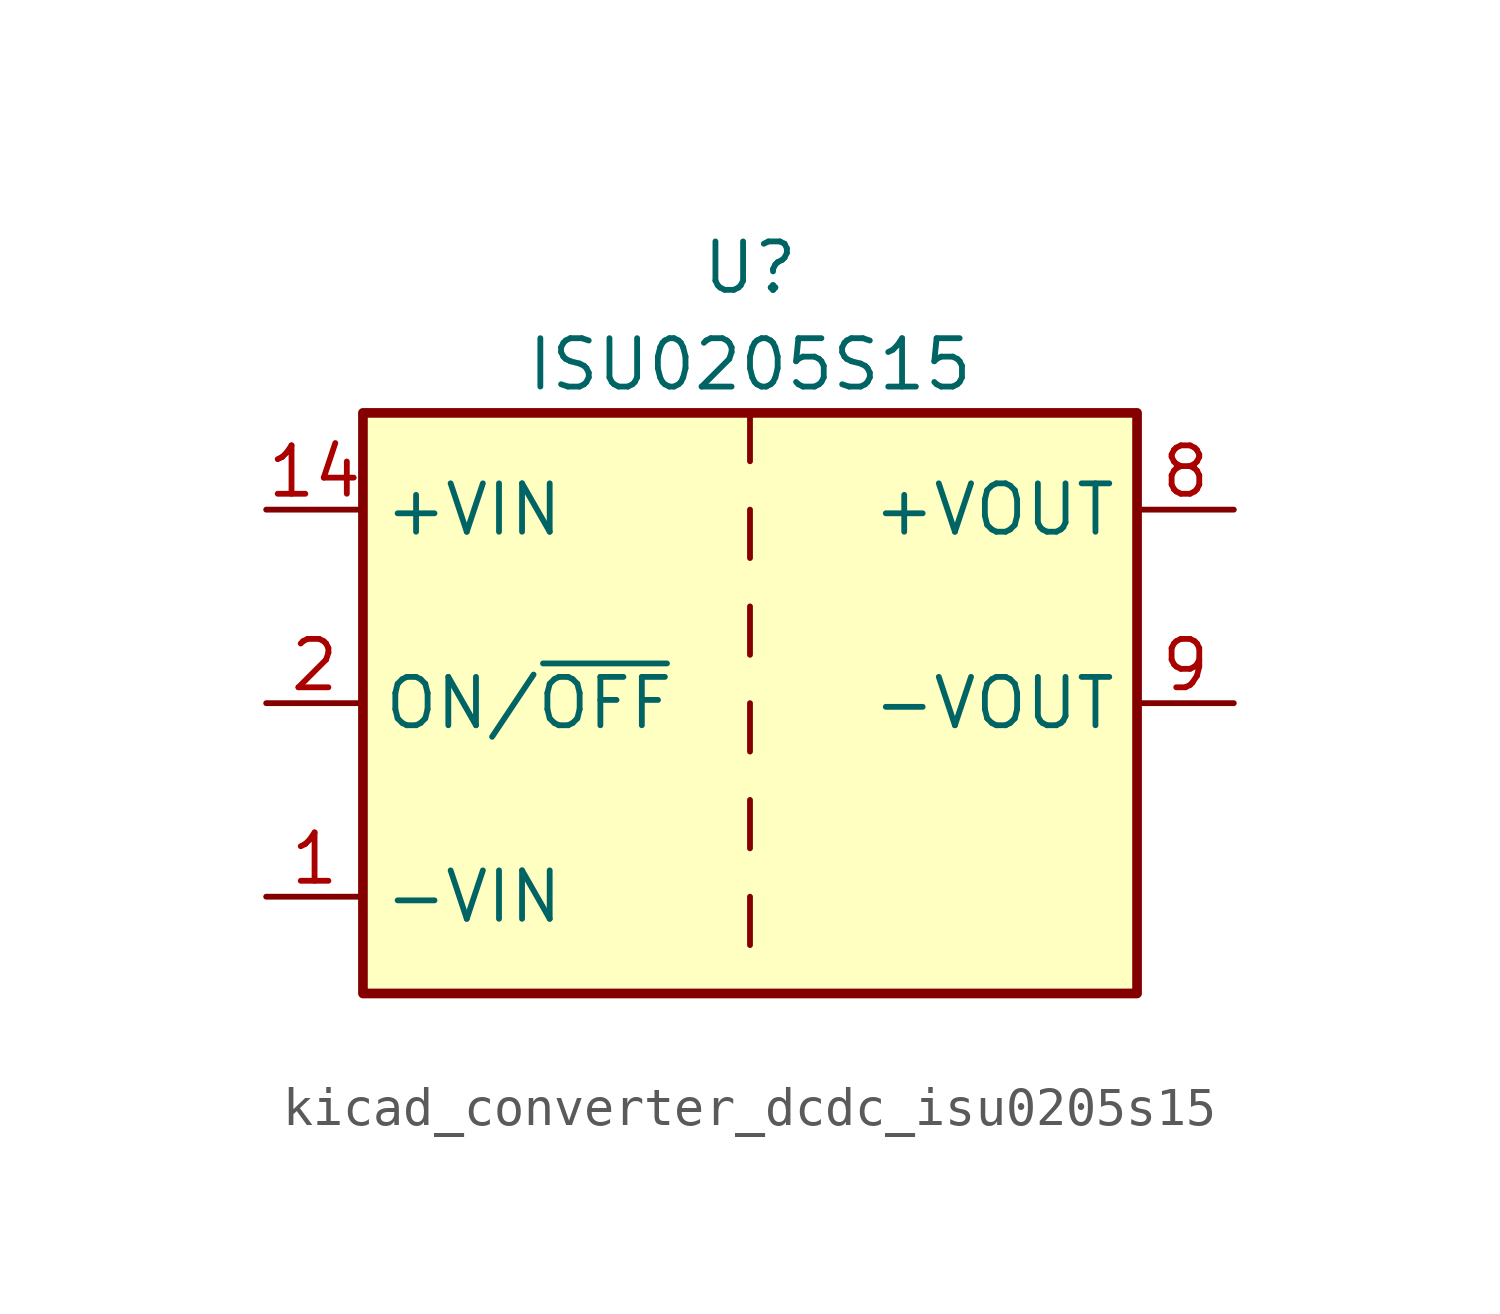
<source format=kicad_sym>
(kicad_symbol_lib
  (version 20220914)
  (generator kicad_symbol_editor)
  (symbol "kicad_converter_dcdc_isu0205s15"
    (property "Reference" "U"
      (at 0 11.43 0)
      (effects (font (size 1.27 1.27))))
    (property "Value" "ISU0205S15"
      (at 0 8.89 0)
      (effects (font (size 1.27 1.27))))
    (symbol "kicad_converter_dcdc_isu0205s15_0_1"
      (rectangle (start -10.16 7.62) (end 10.16 -7.62) (stroke (width 0.254) (type default)) (fill (type background)))
      (polyline (pts (xy 0 -5.08) (xy 0 -6.35)) (stroke (width 0) (type default)) (fill (type none)))
      (polyline (pts (xy 0 -2.54) (xy 0 -3.81)) (stroke (width 0) (type default)) (fill (type none)))
      (polyline (pts (xy 0 0) (xy 0 -1.27)) (stroke (width 0) (type default)) (fill (type none)))
      (polyline (pts (xy 0 2.54) (xy 0 1.27)) (stroke (width 0) (type default)) (fill (type none)))
      (polyline (pts (xy 0 5.08) (xy 0 3.81)) (stroke (width 0) (type default)) (fill (type none)))
      (polyline (pts (xy 0 7.62) (xy 0 6.35)) (stroke (width 0) (type default)) (fill (type none))))
    (symbol "kicad_converter_dcdc_isu0205s15_1_1"
      (pin power_in line (at -12.7 -5.08 0) (length 2.54) (name "-VIN" (effects (font (size 1.27 1.27)))) (number "1" (effects (font (size 1.27 1.27)))))
      (pin power_in line (at -12.7 5.08 0) (length 2.54) (name "+VIN" (effects (font (size 1.27 1.27)))) (number "14" (effects (font (size 1.27 1.27)))))
      (pin input line (at -12.7 0 0) (length 2.54) (name "ON/~{OFF}" (effects (font (size 1.27 1.27)))) (number "2" (effects (font (size 1.27 1.27)))))
      (pin no_connect line (at 10.16 -2.54 180) (length 2.54) hide (name "NC" (effects (font (size 1.27 1.27)))) (number "6" (effects (font (size 1.27 1.27)))))
      (pin no_connect line (at 10.16 -5.08 180) (length 2.54) hide (name "NC" (effects (font (size 1.27 1.27)))) (number "7" (effects (font (size 1.27 1.27)))))
      (pin power_out line (at 12.7 5.08 180) (length 2.54) (name "+VOUT" (effects (font (size 1.27 1.27)))) (number "8" (effects (font (size 1.27 1.27)))))
      (pin power_out line (at 12.7 0 180) (length 2.54) (name "-VOUT" (effects (font (size 1.27 1.27)))) (number "9" (effects (font (size 1.27 1.27))))))))
</source>
